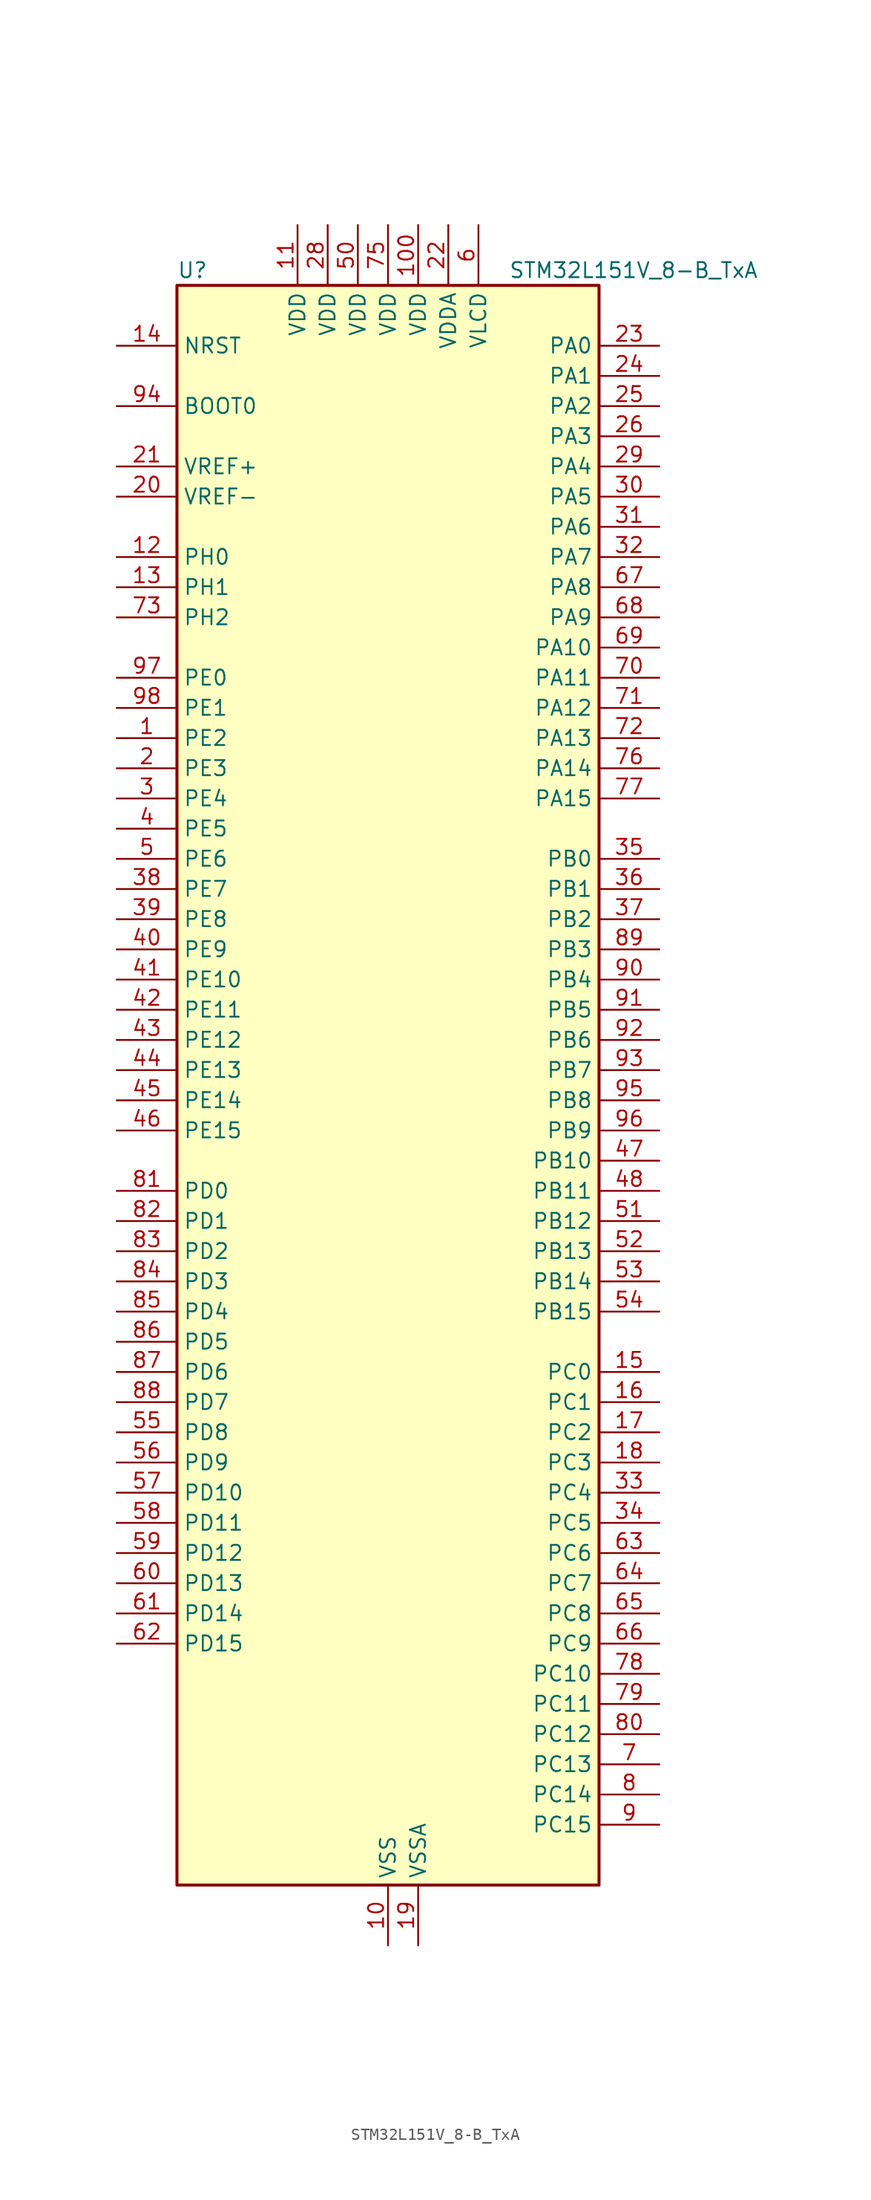
<source format=kicad_sym>
(kicad_symbol_lib
  (version 20241209)
  (generator "kicad_symbol_editor")
  (generator_version "9.0")
  (symbol "STM32L151V_8-B_TxA"
    (property "Reference" "U"
      (at -17.78 69.85 0)
      (effects (font (size 1.27 1.27)) (justify left)))
    (property "Value" "STM32L151V_8-B_TxA"
      (at 10.16 69.85 0)
      (effects (font (size 1.27 1.27)) (justify left)))
    (symbol "STM32L151V_8-B_TxA_0_1"
      (rectangle (start -17.78 -66.04) (end 17.78 68.58) (stroke (width 0.254) (type default)) (fill (type background))))
    (symbol "STM32L151V_8-B_TxA_1_1"
      (pin input line (at -22.86 63.5 0) (length 5.08) (name "NRST" (effects (font (size 1.27 1.27)))) (number "14" (effects (font (size 1.27 1.27)))))
      (pin input line (at -22.86 58.42 0) (length 5.08) (name "BOOT0" (effects (font (size 1.27 1.27)))) (number "94" (effects (font (size 1.27 1.27)))))
      (pin input line (at -22.86 53.34 0) (length 5.08) (name "VREF+" (effects (font (size 1.27 1.27)))) (number "21" (effects (font (size 1.27 1.27)))))
      (pin input line (at -22.86 50.8 0) (length 5.08) (name "VREF-" (effects (font (size 1.27 1.27)))) (number "20" (effects (font (size 1.27 1.27)))))
      (pin bidirectional line (at -22.86 45.72 0) (length 5.08) (name "PH0" (effects (font (size 1.27 1.27)))) (number "12" (effects (font (size 1.27 1.27)))) (alternate "RCC_OSC_IN" bidirectional line))
      (pin bidirectional line (at -22.86 43.18 0) (length 5.08) (name "PH1" (effects (font (size 1.27 1.27)))) (number "13" (effects (font (size 1.27 1.27)))) (alternate "RCC_OSC_OUT" bidirectional line))
      (pin bidirectional line (at -22.86 40.64 0) (length 5.08) (name "PH2" (effects (font (size 1.27 1.27)))) (number "73" (effects (font (size 1.27 1.27)))))
      (pin bidirectional line (at -22.86 35.56 0) (length 5.08) (name "PE0" (effects (font (size 1.27 1.27)))) (number "97" (effects (font (size 1.27 1.27)))) (alternate "TIM10_CH1" bidirectional line) (alternate "TIM4_ETR" bidirectional line) (alternate "TIMX_IC1" bidirectional line))
      (pin bidirectional line (at -22.86 33.02 0) (length 5.08) (name "PE1" (effects (font (size 1.27 1.27)))) (number "98" (effects (font (size 1.27 1.27)))) (alternate "TIM11_CH1" bidirectional line) (alternate "TIMX_IC2" bidirectional line))
      (pin bidirectional line (at -22.86 30.48 0) (length 5.08) (name "PE2" (effects (font (size 1.27 1.27)))) (number "1" (effects (font (size 1.27 1.27)))) (alternate "SYS_TRACECK" bidirectional line) (alternate "TIM3_ETR" bidirectional line) (alternate "TIMX_IC3" bidirectional line))
      (pin bidirectional line (at -22.86 27.94 0) (length 5.08) (name "PE3" (effects (font (size 1.27 1.27)))) (number "2" (effects (font (size 1.27 1.27)))) (alternate "SYS_TRACED0" bidirectional line) (alternate "TIM3_CH1" bidirectional line) (alternate "TIMX_IC4" bidirectional line))
      (pin bidirectional line (at -22.86 25.4 0) (length 5.08) (name "PE4" (effects (font (size 1.27 1.27)))) (number "3" (effects (font (size 1.27 1.27)))) (alternate "SYS_TRACED1" bidirectional line) (alternate "TIM3_CH2" bidirectional line) (alternate "TIMX_IC1" bidirectional line))
      (pin bidirectional line (at -22.86 22.86 0) (length 5.08) (name "PE5" (effects (font (size 1.27 1.27)))) (number "4" (effects (font (size 1.27 1.27)))) (alternate "SYS_TRACED2" bidirectional line) (alternate "TIM9_CH1" bidirectional line) (alternate "TIMX_IC2" bidirectional line))
      (pin bidirectional line (at -22.86 20.32 0) (length 5.08) (name "PE6" (effects (font (size 1.27 1.27)))) (number "5" (effects (font (size 1.27 1.27)))) (alternate "RTC_TAMP3" bidirectional line) (alternate "SYS_TRACED3" bidirectional line) (alternate "SYS_WKUP3" bidirectional line) (alternate "TIM9_CH2" bidirectional line) (alternate "TIMX_IC3" bidirectional line))
      (pin bidirectional line (at -22.86 17.78 0) (length 5.08) (name "PE7" (effects (font (size 1.27 1.27)))) (number "38" (effects (font (size 1.27 1.27)))) (alternate "ADC_IN22" bidirectional line) (alternate "COMP1_INP" bidirectional line) (alternate "TIMX_IC4" bidirectional line))
      (pin bidirectional line (at -22.86 15.24 0) (length 5.08) (name "PE8" (effects (font (size 1.27 1.27)))) (number "39" (effects (font (size 1.27 1.27)))) (alternate "ADC_IN23" bidirectional line) (alternate "COMP1_INP" bidirectional line) (alternate "TIMX_IC1" bidirectional line))
      (pin bidirectional line (at -22.86 12.7 0) (length 5.08) (name "PE9" (effects (font (size 1.27 1.27)))) (number "40" (effects (font (size 1.27 1.27)))) (alternate "ADC_IN24" bidirectional line) (alternate "COMP1_INP" bidirectional line) (alternate "DAC_EXTI9" bidirectional line) (alternate "TIM2_CH1" bidirectional line) (alternate "TIM2_ETR" bidirectional line) (alternate "TIMX_IC2" bidirectional line))
      (pin bidirectional line (at -22.86 10.16 0) (length 5.08) (name "PE10" (effects (font (size 1.27 1.27)))) (number "41" (effects (font (size 1.27 1.27)))) (alternate "ADC_IN25" bidirectional line) (alternate "COMP1_INP" bidirectional line) (alternate "TIM2_CH2" bidirectional line) (alternate "TIMX_IC3" bidirectional line))
      (pin bidirectional line (at -22.86 7.62 0) (length 5.08) (name "PE11" (effects (font (size 1.27 1.27)))) (number "42" (effects (font (size 1.27 1.27)))) (alternate "ADC_EXTI11" bidirectional line) (alternate "TIM2_CH3" bidirectional line) (alternate "TIMX_IC4" bidirectional line))
      (pin bidirectional line (at -22.86 5.08 0) (length 5.08) (name "PE12" (effects (font (size 1.27 1.27)))) (number "43" (effects (font (size 1.27 1.27)))) (alternate "SPI1_NSS" bidirectional line) (alternate "TIM2_CH4" bidirectional line) (alternate "TIMX_IC1" bidirectional line))
      (pin bidirectional line (at -22.86 2.54 0) (length 5.08) (name "PE13" (effects (font (size 1.27 1.27)))) (number "44" (effects (font (size 1.27 1.27)))) (alternate "SPI1_SCK" bidirectional line) (alternate "TIMX_IC2" bidirectional line))
      (pin bidirectional line (at -22.86 0 0) (length 5.08) (name "PE14" (effects (font (size 1.27 1.27)))) (number "45" (effects (font (size 1.27 1.27)))) (alternate "SPI1_MISO" bidirectional line) (alternate "TIMX_IC3" bidirectional line))
      (pin bidirectional line (at -22.86 -2.54 0) (length 5.08) (name "PE15" (effects (font (size 1.27 1.27)))) (number "46" (effects (font (size 1.27 1.27)))) (alternate "ADC_EXTI15" bidirectional line) (alternate "SPI1_MOSI" bidirectional line) (alternate "TIMX_IC4" bidirectional line))
      (pin bidirectional line (at -22.86 -7.62 0) (length 5.08) (name "PD0" (effects (font (size 1.27 1.27)))) (number "81" (effects (font (size 1.27 1.27)))) (alternate "SPI2_NSS" bidirectional line) (alternate "TIM9_CH1" bidirectional line) (alternate "TIMX_IC1" bidirectional line))
      (pin bidirectional line (at -22.86 -10.16 0) (length 5.08) (name "PD1" (effects (font (size 1.27 1.27)))) (number "82" (effects (font (size 1.27 1.27)))) (alternate "SPI2_SCK" bidirectional line) (alternate "TIMX_IC2" bidirectional line))
      (pin bidirectional line (at -22.86 -12.7 0) (length 5.08) (name "PD2" (effects (font (size 1.27 1.27)))) (number "83" (effects (font (size 1.27 1.27)))) (alternate "TIM3_ETR" bidirectional line) (alternate "TIMX_IC3" bidirectional line))
      (pin bidirectional line (at -22.86 -15.24 0) (length 5.08) (name "PD3" (effects (font (size 1.27 1.27)))) (number "84" (effects (font (size 1.27 1.27)))) (alternate "SPI2_MISO" bidirectional line) (alternate "TIMX_IC4" bidirectional line) (alternate "USART2_CTS" bidirectional line))
      (pin bidirectional line (at -22.86 -17.78 0) (length 5.08) (name "PD4" (effects (font (size 1.27 1.27)))) (number "85" (effects (font (size 1.27 1.27)))) (alternate "SPI2_MOSI" bidirectional line) (alternate "TIMX_IC1" bidirectional line) (alternate "USART2_RTS" bidirectional line))
      (pin bidirectional line (at -22.86 -20.32 0) (length 5.08) (name "PD5" (effects (font (size 1.27 1.27)))) (number "86" (effects (font (size 1.27 1.27)))) (alternate "TIMX_IC2" bidirectional line) (alternate "USART2_TX" bidirectional line))
      (pin bidirectional line (at -22.86 -22.86 0) (length 5.08) (name "PD6" (effects (font (size 1.27 1.27)))) (number "87" (effects (font (size 1.27 1.27)))) (alternate "TIMX_IC3" bidirectional line) (alternate "USART2_RX" bidirectional line))
      (pin bidirectional line (at -22.86 -25.4 0) (length 5.08) (name "PD7" (effects (font (size 1.27 1.27)))) (number "88" (effects (font (size 1.27 1.27)))) (alternate "TIM9_CH2" bidirectional line) (alternate "TIMX_IC4" bidirectional line) (alternate "USART2_CK" bidirectional line))
      (pin bidirectional line (at -22.86 -27.94 0) (length 5.08) (name "PD8" (effects (font (size 1.27 1.27)))) (number "55" (effects (font (size 1.27 1.27)))) (alternate "TIMX_IC1" bidirectional line) (alternate "USART3_TX" bidirectional line))
      (pin bidirectional line (at -22.86 -30.48 0) (length 5.08) (name "PD9" (effects (font (size 1.27 1.27)))) (number "56" (effects (font (size 1.27 1.27)))) (alternate "DAC_EXTI9" bidirectional line) (alternate "TIMX_IC2" bidirectional line) (alternate "USART3_RX" bidirectional line))
      (pin bidirectional line (at -22.86 -33.02 0) (length 5.08) (name "PD10" (effects (font (size 1.27 1.27)))) (number "57" (effects (font (size 1.27 1.27)))) (alternate "TIMX_IC3" bidirectional line) (alternate "USART3_CK" bidirectional line))
      (pin bidirectional line (at -22.86 -35.56 0) (length 5.08) (name "PD11" (effects (font (size 1.27 1.27)))) (number "58" (effects (font (size 1.27 1.27)))) (alternate "ADC_EXTI11" bidirectional line) (alternate "TIMX_IC4" bidirectional line) (alternate "USART3_CTS" bidirectional line))
      (pin bidirectional line (at -22.86 -38.1 0) (length 5.08) (name "PD12" (effects (font (size 1.27 1.27)))) (number "59" (effects (font (size 1.27 1.27)))) (alternate "TIM4_CH1" bidirectional line) (alternate "TIMX_IC1" bidirectional line) (alternate "USART3_RTS" bidirectional line))
      (pin bidirectional line (at -22.86 -40.64 0) (length 5.08) (name "PD13" (effects (font (size 1.27 1.27)))) (number "60" (effects (font (size 1.27 1.27)))) (alternate "TIM4_CH2" bidirectional line) (alternate "TIMX_IC2" bidirectional line))
      (pin bidirectional line (at -22.86 -43.18 0) (length 5.08) (name "PD14" (effects (font (size 1.27 1.27)))) (number "61" (effects (font (size 1.27 1.27)))) (alternate "TIM4_CH3" bidirectional line) (alternate "TIMX_IC3" bidirectional line))
      (pin bidirectional line (at -22.86 -45.72 0) (length 5.08) (name "PD15" (effects (font (size 1.27 1.27)))) (number "62" (effects (font (size 1.27 1.27)))) (alternate "ADC_EXTI15" bidirectional line) (alternate "TIM4_CH4" bidirectional line) (alternate "TIMX_IC4" bidirectional line))
      (pin power_in line (at -7.62 73.66 270) (length 5.08) (name "VDD" (effects (font (size 1.27 1.27)))) (number "11" (effects (font (size 1.27 1.27)))))
      (pin power_in line (at -5.08 73.66 270) (length 5.08) (name "VDD" (effects (font (size 1.27 1.27)))) (number "28" (effects (font (size 1.27 1.27)))))
      (pin power_in line (at -2.54 73.66 270) (length 5.08) (name "VDD" (effects (font (size 1.27 1.27)))) (number "50" (effects (font (size 1.27 1.27)))))
      (pin power_in line (at 0 73.66 270) (length 5.08) (name "VDD" (effects (font (size 1.27 1.27)))) (number "75" (effects (font (size 1.27 1.27)))))
      (pin power_in line (at 0 -71.12 90) (length 5.08) (name "VSS" (effects (font (size 1.27 1.27)))) (number "10" (effects (font (size 1.27 1.27)))))
      (pin passive line (at 0 -71.12 90) (length 5.08) (hide yes) (name "VSS" (effects (font (size 1.27 1.27)))) (number "27" (effects (font (size 1.27 1.27)))))
      (pin passive line (at 0 -71.12 90) (length 5.08) (hide yes) (name "VSS" (effects (font (size 1.27 1.27)))) (number "49" (effects (font (size 1.27 1.27)))))
      (pin passive line (at 0 -71.12 90) (length 5.08) (hide yes) (name "VSS" (effects (font (size 1.27 1.27)))) (number "74" (effects (font (size 1.27 1.27)))))
      (pin passive line (at 0 -71.12 90) (length 5.08) (hide yes) (name "VSS" (effects (font (size 1.27 1.27)))) (number "99" (effects (font (size 1.27 1.27)))))
      (pin power_in line (at 2.54 73.66 270) (length 5.08) (name "VDD" (effects (font (size 1.27 1.27)))) (number "100" (effects (font (size 1.27 1.27)))))
      (pin power_in line (at 2.54 -71.12 90) (length 5.08) (name "VSSA" (effects (font (size 1.27 1.27)))) (number "19" (effects (font (size 1.27 1.27)))))
      (pin power_in line (at 5.08 73.66 270) (length 5.08) (name "VDDA" (effects (font (size 1.27 1.27)))) (number "22" (effects (font (size 1.27 1.27)))))
      (pin power_in line (at 7.62 73.66 270) (length 5.08) (name "VLCD" (effects (font (size 1.27 1.27)))) (number "6" (effects (font (size 1.27 1.27)))))
      (pin bidirectional line (at 22.86 63.5 180) (length 5.08) (name "PA0" (effects (font (size 1.27 1.27)))) (number "23" (effects (font (size 1.27 1.27)))) (alternate "ADC_IN0" bidirectional line) (alternate "COMP1_INP" bidirectional line) (alternate "RTC_TAMP2" bidirectional line) (alternate "SYS_WKUP1" bidirectional line) (alternate "TIM2_CH1" bidirectional line) (alternate "TIM2_ETR" bidirectional line) (alternate "TIMX_IC1" bidirectional line) (alternate "TS_G1_IO1" bidirectional line) (alternate "USART2_CTS" bidirectional line))
      (pin bidirectional line (at 22.86 60.96 180) (length 5.08) (name "PA1" (effects (font (size 1.27 1.27)))) (number "24" (effects (font (size 1.27 1.27)))) (alternate "ADC_IN1" bidirectional line) (alternate "COMP1_INP" bidirectional line) (alternate "TIM2_CH2" bidirectional line) (alternate "TIMX_IC2" bidirectional line) (alternate "TS_G1_IO2" bidirectional line) (alternate "USART2_RTS" bidirectional line))
      (pin bidirectional line (at 22.86 58.42 180) (length 5.08) (name "PA2" (effects (font (size 1.27 1.27)))) (number "25" (effects (font (size 1.27 1.27)))) (alternate "ADC_IN2" bidirectional line) (alternate "COMP1_INP" bidirectional line) (alternate "TIM2_CH3" bidirectional line) (alternate "TIM9_CH1" bidirectional line) (alternate "TIMX_IC3" bidirectional line) (alternate "TS_G1_IO3" bidirectional line) (alternate "USART2_TX" bidirectional line))
      (pin bidirectional line (at 22.86 55.88 180) (length 5.08) (name "PA3" (effects (font (size 1.27 1.27)))) (number "26" (effects (font (size 1.27 1.27)))) (alternate "ADC_IN3" bidirectional line) (alternate "COMP1_INP" bidirectional line) (alternate "TIM2_CH4" bidirectional line) (alternate "TIM9_CH2" bidirectional line) (alternate "TIMX_IC4" bidirectional line) (alternate "TS_G1_IO4" bidirectional line) (alternate "USART2_RX" bidirectional line))
      (pin bidirectional line (at 22.86 53.34 180) (length 5.08) (name "PA4" (effects (font (size 1.27 1.27)))) (number "29" (effects (font (size 1.27 1.27)))) (alternate "ADC_IN4" bidirectional line) (alternate "COMP1_INP" bidirectional line) (alternate "DAC_OUT1" bidirectional line) (alternate "SPI1_NSS" bidirectional line) (alternate "TIMX_IC1" bidirectional line) (alternate "USART2_CK" bidirectional line))
      (pin bidirectional line (at 22.86 50.8 180) (length 5.08) (name "PA5" (effects (font (size 1.27 1.27)))) (number "30" (effects (font (size 1.27 1.27)))) (alternate "ADC_IN5" bidirectional line) (alternate "COMP1_INP" bidirectional line) (alternate "DAC_OUT2" bidirectional line) (alternate "SPI1_SCK" bidirectional line) (alternate "TIM2_CH1" bidirectional line) (alternate "TIM2_ETR" bidirectional line) (alternate "TIMX_IC2" bidirectional line))
      (pin bidirectional line (at 22.86 48.26 180) (length 5.08) (name "PA6" (effects (font (size 1.27 1.27)))) (number "31" (effects (font (size 1.27 1.27)))) (alternate "ADC_IN6" bidirectional line) (alternate "COMP1_INP" bidirectional line) (alternate "SPI1_MISO" bidirectional line) (alternate "TIM10_CH1" bidirectional line) (alternate "TIM3_CH1" bidirectional line) (alternate "TIMX_IC3" bidirectional line) (alternate "TS_G2_IO1" bidirectional line))
      (pin bidirectional line (at 22.86 45.72 180) (length 5.08) (name "PA7" (effects (font (size 1.27 1.27)))) (number "32" (effects (font (size 1.27 1.27)))) (alternate "ADC_IN7" bidirectional line) (alternate "COMP1_INP" bidirectional line) (alternate "SPI1_MOSI" bidirectional line) (alternate "TIM11_CH1" bidirectional line) (alternate "TIM3_CH2" bidirectional line) (alternate "TIMX_IC4" bidirectional line) (alternate "TS_G2_IO2" bidirectional line))
      (pin bidirectional line (at 22.86 43.18 180) (length 5.08) (name "PA8" (effects (font (size 1.27 1.27)))) (number "67" (effects (font (size 1.27 1.27)))) (alternate "RCC_MCO" bidirectional line) (alternate "TIMX_IC1" bidirectional line) (alternate "TS_G4_IO1" bidirectional line) (alternate "USART1_CK" bidirectional line))
      (pin bidirectional line (at 22.86 40.64 180) (length 5.08) (name "PA9" (effects (font (size 1.27 1.27)))) (number "68" (effects (font (size 1.27 1.27)))) (alternate "DAC_EXTI9" bidirectional line) (alternate "TIMX_IC2" bidirectional line) (alternate "TS_G4_IO2" bidirectional line) (alternate "USART1_TX" bidirectional line))
      (pin bidirectional line (at 22.86 38.1 180) (length 5.08) (name "PA10" (effects (font (size 1.27 1.27)))) (number "69" (effects (font (size 1.27 1.27)))) (alternate "TIMX_IC3" bidirectional line) (alternate "TS_G4_IO3" bidirectional line) (alternate "USART1_RX" bidirectional line))
      (pin bidirectional line (at 22.86 35.56 180) (length 5.08) (name "PA11" (effects (font (size 1.27 1.27)))) (number "70" (effects (font (size 1.27 1.27)))) (alternate "ADC_EXTI11" bidirectional line) (alternate "SPI1_MISO" bidirectional line) (alternate "TIMX_IC4" bidirectional line) (alternate "USART1_CTS" bidirectional line) (alternate "USB_DM" bidirectional line))
      (pin bidirectional line (at 22.86 33.02 180) (length 5.08) (name "PA12" (effects (font (size 1.27 1.27)))) (number "71" (effects (font (size 1.27 1.27)))) (alternate "SPI1_MOSI" bidirectional line) (alternate "TIMX_IC1" bidirectional line) (alternate "USART1_RTS" bidirectional line) (alternate "USB_DP" bidirectional line))
      (pin bidirectional line (at 22.86 30.48 180) (length 5.08) (name "PA13" (effects (font (size 1.27 1.27)))) (number "72" (effects (font (size 1.27 1.27)))) (alternate "SYS_JTMS-SWDIO" bidirectional line) (alternate "TIMX_IC2" bidirectional line) (alternate "TS_G5_IO1" bidirectional line))
      (pin bidirectional line (at 22.86 27.94 180) (length 5.08) (name "PA14" (effects (font (size 1.27 1.27)))) (number "76" (effects (font (size 1.27 1.27)))) (alternate "SYS_JTCK-SWCLK" bidirectional line) (alternate "TIMX_IC3" bidirectional line) (alternate "TS_G5_IO2" bidirectional line))
      (pin bidirectional line (at 22.86 25.4 180) (length 5.08) (name "PA15" (effects (font (size 1.27 1.27)))) (number "77" (effects (font (size 1.27 1.27)))) (alternate "ADC_EXTI15" bidirectional line) (alternate "SPI1_NSS" bidirectional line) (alternate "SYS_JTDI" bidirectional line) (alternate "TIM2_CH1" bidirectional line) (alternate "TIM2_ETR" bidirectional line) (alternate "TIMX_IC4" bidirectional line) (alternate "TS_G5_IO3" bidirectional line))
      (pin bidirectional line (at 22.86 20.32 180) (length 5.08) (name "PB0" (effects (font (size 1.27 1.27)))) (number "35" (effects (font (size 1.27 1.27)))) (alternate "ADC_IN8" bidirectional line) (alternate "COMP1_INP" bidirectional line) (alternate "SYS_V_REF_OUT" bidirectional line) (alternate "TIM3_CH3" bidirectional line) (alternate "TS_G3_IO1" bidirectional line))
      (pin bidirectional line (at 22.86 17.78 180) (length 5.08) (name "PB1" (effects (font (size 1.27 1.27)))) (number "36" (effects (font (size 1.27 1.27)))) (alternate "ADC_IN9" bidirectional line) (alternate "COMP1_INP" bidirectional line) (alternate "SYS_V_REF_OUT" bidirectional line) (alternate "TIM3_CH4" bidirectional line) (alternate "TS_G3_IO2" bidirectional line))
      (pin bidirectional line (at 22.86 15.24 180) (length 5.08) (name "PB2" (effects (font (size 1.27 1.27)))) (number "37" (effects (font (size 1.27 1.27)))) (alternate "TS_G3_IO3" bidirectional line))
      (pin bidirectional line (at 22.86 12.7 180) (length 5.08) (name "PB3" (effects (font (size 1.27 1.27)))) (number "89" (effects (font (size 1.27 1.27)))) (alternate "COMP2_INM" bidirectional line) (alternate "SPI1_SCK" bidirectional line) (alternate "SYS_JTDO-TRACESWO" bidirectional line) (alternate "TIM2_CH2" bidirectional line))
      (pin bidirectional line (at 22.86 10.16 180) (length 5.08) (name "PB4" (effects (font (size 1.27 1.27)))) (number "90" (effects (font (size 1.27 1.27)))) (alternate "COMP2_INP" bidirectional line) (alternate "SPI1_MISO" bidirectional line) (alternate "SYS_JTRST" bidirectional line) (alternate "TIM3_CH1" bidirectional line) (alternate "TS_G6_IO1" bidirectional line))
      (pin bidirectional line (at 22.86 7.62 180) (length 5.08) (name "PB5" (effects (font (size 1.27 1.27)))) (number "91" (effects (font (size 1.27 1.27)))) (alternate "COMP2_INP" bidirectional line) (alternate "I2C1_SMBA" bidirectional line) (alternate "SPI1_MOSI" bidirectional line) (alternate "TIM3_CH2" bidirectional line) (alternate "TS_G6_IO2" bidirectional line))
      (pin bidirectional line (at 22.86 5.08 180) (length 5.08) (name "PB6" (effects (font (size 1.27 1.27)))) (number "92" (effects (font (size 1.27 1.27)))) (alternate "I2C1_SCL" bidirectional line) (alternate "TIM4_CH1" bidirectional line) (alternate "TS_G6_IO3" bidirectional line) (alternate "USART1_TX" bidirectional line))
      (pin bidirectional line (at 22.86 2.54 180) (length 5.08) (name "PB7" (effects (font (size 1.27 1.27)))) (number "93" (effects (font (size 1.27 1.27)))) (alternate "I2C1_SDA" bidirectional line) (alternate "SYS_PVD_IN" bidirectional line) (alternate "TIM4_CH2" bidirectional line) (alternate "TS_G6_IO4" bidirectional line) (alternate "USART1_RX" bidirectional line))
      (pin bidirectional line (at 22.86 0 180) (length 5.08) (name "PB8" (effects (font (size 1.27 1.27)))) (number "95" (effects (font (size 1.27 1.27)))) (alternate "I2C1_SCL" bidirectional line) (alternate "TIM10_CH1" bidirectional line) (alternate "TIM4_CH3" bidirectional line))
      (pin bidirectional line (at 22.86 -2.54 180) (length 5.08) (name "PB9" (effects (font (size 1.27 1.27)))) (number "96" (effects (font (size 1.27 1.27)))) (alternate "DAC_EXTI9" bidirectional line) (alternate "I2C1_SDA" bidirectional line) (alternate "TIM11_CH1" bidirectional line) (alternate "TIM4_CH4" bidirectional line))
      (pin bidirectional line (at 22.86 -5.08 180) (length 5.08) (name "PB10" (effects (font (size 1.27 1.27)))) (number "47" (effects (font (size 1.27 1.27)))) (alternate "I2C2_SCL" bidirectional line) (alternate "TIM2_CH3" bidirectional line) (alternate "USART3_TX" bidirectional line))
      (pin bidirectional line (at 22.86 -7.62 180) (length 5.08) (name "PB11" (effects (font (size 1.27 1.27)))) (number "48" (effects (font (size 1.27 1.27)))) (alternate "ADC_EXTI11" bidirectional line) (alternate "I2C2_SDA" bidirectional line) (alternate "TIM2_CH4" bidirectional line) (alternate "USART3_RX" bidirectional line))
      (pin bidirectional line (at 22.86 -10.16 180) (length 5.08) (name "PB12" (effects (font (size 1.27 1.27)))) (number "51" (effects (font (size 1.27 1.27)))) (alternate "ADC_IN18" bidirectional line) (alternate "COMP1_INP" bidirectional line) (alternate "I2C2_SMBA" bidirectional line) (alternate "SPI2_NSS" bidirectional line) (alternate "TIM10_CH1" bidirectional line) (alternate "TS_G7_IO1" bidirectional line) (alternate "USART3_CK" bidirectional line))
      (pin bidirectional line (at 22.86 -12.7 180) (length 5.08) (name "PB13" (effects (font (size 1.27 1.27)))) (number "52" (effects (font (size 1.27 1.27)))) (alternate "ADC_IN19" bidirectional line) (alternate "COMP1_INP" bidirectional line) (alternate "SPI2_SCK" bidirectional line) (alternate "TIM9_CH1" bidirectional line) (alternate "TS_G7_IO2" bidirectional line) (alternate "USART3_CTS" bidirectional line))
      (pin bidirectional line (at 22.86 -15.24 180) (length 5.08) (name "PB14" (effects (font (size 1.27 1.27)))) (number "53" (effects (font (size 1.27 1.27)))) (alternate "ADC_IN20" bidirectional line) (alternate "COMP1_INP" bidirectional line) (alternate "SPI2_MISO" bidirectional line) (alternate "TIM9_CH2" bidirectional line) (alternate "TS_G7_IO3" bidirectional line) (alternate "USART3_RTS" bidirectional line))
      (pin bidirectional line (at 22.86 -17.78 180) (length 5.08) (name "PB15" (effects (font (size 1.27 1.27)))) (number "54" (effects (font (size 1.27 1.27)))) (alternate "ADC_EXTI15" bidirectional line) (alternate "ADC_IN21" bidirectional line) (alternate "COMP1_INP" bidirectional line) (alternate "RTC_REFIN" bidirectional line) (alternate "SPI2_MOSI" bidirectional line) (alternate "TIM11_CH1" bidirectional line) (alternate "TS_G7_IO4" bidirectional line))
      (pin bidirectional line (at 22.86 -22.86 180) (length 5.08) (name "PC0" (effects (font (size 1.27 1.27)))) (number "15" (effects (font (size 1.27 1.27)))) (alternate "ADC_IN10" bidirectional line) (alternate "COMP1_INP" bidirectional line) (alternate "TIMX_IC1" bidirectional line) (alternate "TS_G8_IO1" bidirectional line))
      (pin bidirectional line (at 22.86 -25.4 180) (length 5.08) (name "PC1" (effects (font (size 1.27 1.27)))) (number "16" (effects (font (size 1.27 1.27)))) (alternate "ADC_IN11" bidirectional line) (alternate "COMP1_INP" bidirectional line) (alternate "TIMX_IC2" bidirectional line) (alternate "TS_G8_IO2" bidirectional line))
      (pin bidirectional line (at 22.86 -27.94 180) (length 5.08) (name "PC2" (effects (font (size 1.27 1.27)))) (number "17" (effects (font (size 1.27 1.27)))) (alternate "ADC_IN12" bidirectional line) (alternate "COMP1_INP" bidirectional line) (alternate "TIMX_IC3" bidirectional line) (alternate "TS_G8_IO3" bidirectional line))
      (pin bidirectional line (at 22.86 -30.48 180) (length 5.08) (name "PC3" (effects (font (size 1.27 1.27)))) (number "18" (effects (font (size 1.27 1.27)))) (alternate "ADC_IN13" bidirectional line) (alternate "COMP1_INP" bidirectional line) (alternate "TIMX_IC4" bidirectional line) (alternate "TS_G8_IO4" bidirectional line))
      (pin bidirectional line (at 22.86 -33.02 180) (length 5.08) (name "PC4" (effects (font (size 1.27 1.27)))) (number "33" (effects (font (size 1.27 1.27)))) (alternate "ADC_IN14" bidirectional line) (alternate "COMP1_INP" bidirectional line) (alternate "TIMX_IC1" bidirectional line) (alternate "TS_G9_IO1" bidirectional line))
      (pin bidirectional line (at 22.86 -35.56 180) (length 5.08) (name "PC5" (effects (font (size 1.27 1.27)))) (number "34" (effects (font (size 1.27 1.27)))) (alternate "ADC_IN15" bidirectional line) (alternate "COMP1_INP" bidirectional line) (alternate "TIMX_IC2" bidirectional line) (alternate "TS_G9_IO2" bidirectional line))
      (pin bidirectional line (at 22.86 -38.1 180) (length 5.08) (name "PC6" (effects (font (size 1.27 1.27)))) (number "63" (effects (font (size 1.27 1.27)))) (alternate "TIM3_CH1" bidirectional line) (alternate "TIMX_IC3" bidirectional line) (alternate "TS_G10_IO1" bidirectional line))
      (pin bidirectional line (at 22.86 -40.64 180) (length 5.08) (name "PC7" (effects (font (size 1.27 1.27)))) (number "64" (effects (font (size 1.27 1.27)))) (alternate "TIM3_CH2" bidirectional line) (alternate "TIMX_IC4" bidirectional line) (alternate "TS_G10_IO2" bidirectional line))
      (pin bidirectional line (at 22.86 -43.18 180) (length 5.08) (name "PC8" (effects (font (size 1.27 1.27)))) (number "65" (effects (font (size 1.27 1.27)))) (alternate "TIM3_CH3" bidirectional line) (alternate "TIMX_IC1" bidirectional line) (alternate "TS_G10_IO3" bidirectional line))
      (pin bidirectional line (at 22.86 -45.72 180) (length 5.08) (name "PC9" (effects (font (size 1.27 1.27)))) (number "66" (effects (font (size 1.27 1.27)))) (alternate "DAC_EXTI9" bidirectional line) (alternate "TIM3_CH4" bidirectional line) (alternate "TIMX_IC2" bidirectional line) (alternate "TS_G10_IO4" bidirectional line))
      (pin bidirectional line (at 22.86 -48.26 180) (length 5.08) (name "PC10" (effects (font (size 1.27 1.27)))) (number "78" (effects (font (size 1.27 1.27)))) (alternate "TIMX_IC3" bidirectional line) (alternate "USART3_TX" bidirectional line))
      (pin bidirectional line (at 22.86 -50.8 180) (length 5.08) (name "PC11" (effects (font (size 1.27 1.27)))) (number "79" (effects (font (size 1.27 1.27)))) (alternate "ADC_EXTI11" bidirectional line) (alternate "TIMX_IC4" bidirectional line) (alternate "USART3_RX" bidirectional line))
      (pin bidirectional line (at 22.86 -53.34 180) (length 5.08) (name "PC12" (effects (font (size 1.27 1.27)))) (number "80" (effects (font (size 1.27 1.27)))) (alternate "TIMX_IC1" bidirectional line) (alternate "USART3_CK" bidirectional line))
      (pin bidirectional line (at 22.86 -55.88 180) (length 5.08) (name "PC13" (effects (font (size 1.27 1.27)))) (number "7" (effects (font (size 1.27 1.27)))) (alternate "RTC_OUT_ALARM" bidirectional line) (alternate "RTC_OUT_CALIB" bidirectional line) (alternate "RTC_TAMP1" bidirectional line) (alternate "RTC_TS" bidirectional line) (alternate "SYS_WKUP2" bidirectional line) (alternate "TIMX_IC2" bidirectional line))
      (pin bidirectional line (at 22.86 -58.42 180) (length 5.08) (name "PC14" (effects (font (size 1.27 1.27)))) (number "8" (effects (font (size 1.27 1.27)))) (alternate "RCC_OSC32_IN" bidirectional line) (alternate "TIMX_IC3" bidirectional line))
      (pin bidirectional line (at 22.86 -60.96 180) (length 5.08) (name "PC15" (effects (font (size 1.27 1.27)))) (number "9" (effects (font (size 1.27 1.27)))) (alternate "ADC_EXTI15" bidirectional line) (alternate "RCC_OSC32_OUT" bidirectional line) (alternate "TIMX_IC4" bidirectional line)))))
</source>
